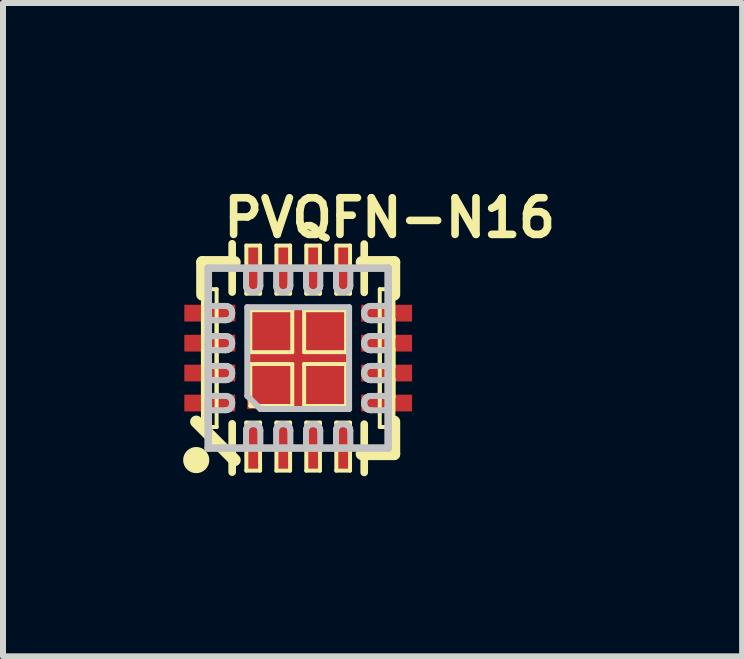
<source format=kicad_pcb>
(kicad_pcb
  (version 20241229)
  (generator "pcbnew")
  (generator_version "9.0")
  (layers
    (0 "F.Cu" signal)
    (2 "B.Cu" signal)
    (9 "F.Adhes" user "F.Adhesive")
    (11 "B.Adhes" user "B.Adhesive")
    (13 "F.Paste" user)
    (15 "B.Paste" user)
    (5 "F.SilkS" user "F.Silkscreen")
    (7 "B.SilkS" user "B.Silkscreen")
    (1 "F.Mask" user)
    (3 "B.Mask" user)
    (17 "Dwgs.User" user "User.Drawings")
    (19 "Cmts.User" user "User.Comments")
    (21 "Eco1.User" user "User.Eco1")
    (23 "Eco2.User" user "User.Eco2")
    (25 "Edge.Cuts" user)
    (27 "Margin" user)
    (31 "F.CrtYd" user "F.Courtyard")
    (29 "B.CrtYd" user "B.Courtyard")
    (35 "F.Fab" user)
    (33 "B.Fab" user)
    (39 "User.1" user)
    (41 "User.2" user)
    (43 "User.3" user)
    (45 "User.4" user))
  (footprint "PVQFN-N16"
    (layer "F.Cu")
    (at 1.918 2.916)
    (property "Reference" "PVQFN-N16" (at 1.524 -2.337 0) (layer "F.SilkS") (effects (font (size 0.61 0.61) (thickness 0.127))))
    (attr smd)
    (fp_line (start -1.699 1.059) (end -1.059 1.699) (stroke (width 0.203) (type solid)) (layer "F.SilkS"))
    (fp_line (start -1.598 -1.059) (end -1.598 -1.598) (stroke (width 0.203) (type solid)) (layer "F.SilkS"))
    (fp_line (start -1.587 -1.148) (end -1.359 -1.148) (stroke (width 0.066) (type solid)) (layer "F.SilkS"))
    (fp_line (start -1.587 -0.648) (end -1.359 -0.648) (stroke (width 0.066) (type solid)) (layer "F.SilkS"))
    (fp_line (start -1.587 -0.348) (end -1.587 -1.148) (stroke (width 0.066) (type solid)) (layer "F.SilkS"))
    (fp_line (start -1.587 -0.348) (end -1.359 -0.348) (stroke (width 0.066) (type solid)) (layer "F.SilkS"))
    (fp_line (start -1.587 -0.15) (end -1.359 -0.15) (stroke (width 0.066) (type solid)) (layer "F.SilkS"))
    (fp_line (start -1.587 0.15) (end -1.587 -0.648) (stroke (width 0.066) (type solid)) (layer "F.SilkS"))
    (fp_line (start -1.587 0.15) (end -1.359 0.15) (stroke (width 0.066) (type solid)) (layer "F.SilkS"))
    (fp_line (start -1.587 0.348) (end -1.359 0.348) (stroke (width 0.066) (type solid)) (layer "F.SilkS"))
    (fp_line (start -1.587 0.648) (end -1.587 -0.15) (stroke (width 0.066) (type solid)) (layer "F.SilkS"))
    (fp_line (start -1.587 0.648) (end -1.359 0.648) (stroke (width 0.066) (type solid)) (layer "F.SilkS"))
    (fp_line (start -1.587 1.148) (end -1.587 0.348) (stroke (width 0.066) (type solid)) (layer "F.SilkS"))
    (fp_line (start -1.587 1.148) (end -1.359 1.148) (stroke (width 0.066) (type solid)) (layer "F.SilkS"))
    (fp_line (start -1.359 -0.348) (end -1.359 -1.148) (stroke (width 0.066) (type solid)) (layer "F.SilkS"))
    (fp_line (start -1.359 0.15) (end -1.359 -0.648) (stroke (width 0.066) (type solid)) (layer "F.SilkS"))
    (fp_line (start -1.359 0.648) (end -1.359 -0.15) (stroke (width 0.066) (type solid)) (layer "F.SilkS"))
    (fp_line (start -1.359 1.148) (end -1.359 0.348) (stroke (width 0.066) (type solid)) (layer "F.SilkS"))
    (fp_line (start -1.1 -1.905) (end -1.1 -1.1) (stroke (width 0.127) (type solid)) (layer "F.SilkS"))
    (fp_line (start -1.1 1.095) (end -1.1 1.9) (stroke (width 0.127) (type solid)) (layer "F.SilkS"))
    (fp_line (start -1.059 -1.598) (end -1.598 -1.598) (stroke (width 0.203) (type solid)) (layer "F.SilkS"))
    (fp_line (start -0.864 -1.875) (end -0.635 -1.875) (stroke (width 0.066) (type solid)) (layer "F.SilkS"))
    (fp_line (start -0.864 -1.074) (end -0.864 -1.875) (stroke (width 0.066) (type solid)) (layer "F.SilkS"))
    (fp_line (start -0.864 -1.074) (end -0.635 -1.074) (stroke (width 0.066) (type solid)) (layer "F.SilkS"))
    (fp_line (start -0.864 1.074) (end -0.635 1.074) (stroke (width 0.066) (type solid)) (layer "F.SilkS"))
    (fp_line (start -0.864 1.875) (end -0.864 1.074) (stroke (width 0.066) (type solid)) (layer "F.SilkS"))
    (fp_line (start -0.864 1.875) (end -0.635 1.875) (stroke (width 0.066) (type solid)) (layer "F.SilkS"))
    (fp_line (start -0.798 -0.798) (end -0.099 -0.798) (stroke (width 0.066) (type solid)) (layer "F.SilkS"))
    (fp_line (start -0.798 -0.099) (end -0.798 -0.798) (stroke (width 0.066) (type solid)) (layer "F.SilkS"))
    (fp_line (start -0.798 -0.099) (end -0.099 -0.099) (stroke (width 0.066) (type solid)) (layer "F.SilkS"))
    (fp_line (start -0.798 0.099) (end -0.099 0.099) (stroke (width 0.066) (type solid)) (layer "F.SilkS"))
    (fp_line (start -0.798 0.798) (end -0.798 0.099) (stroke (width 0.066) (type solid)) (layer "F.SilkS"))
    (fp_line (start -0.798 0.798) (end -0.099 0.798) (stroke (width 0.066) (type solid)) (layer "F.SilkS"))
    (fp_line (start -0.635 -1.074) (end -0.635 -1.875) (stroke (width 0.066) (type solid)) (layer "F.SilkS"))
    (fp_line (start -0.635 1.875) (end -0.635 1.074) (stroke (width 0.066) (type solid)) (layer "F.SilkS"))
    (fp_line (start -0.363 -1.875) (end -0.135 -1.875) (stroke (width 0.066) (type solid)) (layer "F.SilkS"))
    (fp_line (start -0.363 -1.074) (end -0.363 -1.875) (stroke (width 0.066) (type solid)) (layer "F.SilkS"))
    (fp_line (start -0.363 -1.074) (end -0.135 -1.074) (stroke (width 0.066) (type solid)) (layer "F.SilkS"))
    (fp_line (start -0.363 1.074) (end -0.135 1.074) (stroke (width 0.066) (type solid)) (layer "F.SilkS"))
    (fp_line (start -0.363 1.875) (end -0.363 1.074) (stroke (width 0.066) (type solid)) (layer "F.SilkS"))
    (fp_line (start -0.363 1.875) (end -0.135 1.875) (stroke (width 0.066) (type solid)) (layer "F.SilkS"))
    (fp_line (start -0.135 -1.074) (end -0.135 -1.875) (stroke (width 0.066) (type solid)) (layer "F.SilkS"))
    (fp_line (start -0.135 1.875) (end -0.135 1.074) (stroke (width 0.066) (type solid)) (layer "F.SilkS"))
    (fp_line (start -0.099 -0.099) (end -0.099 -0.798) (stroke (width 0.066) (type solid)) (layer "F.SilkS"))
    (fp_line (start -0.099 0.798) (end -0.099 0.099) (stroke (width 0.066) (type solid)) (layer "F.SilkS"))
    (fp_line (start 0.099 -0.798) (end 0.798 -0.798) (stroke (width 0.066) (type solid)) (layer "F.SilkS"))
    (fp_line (start 0.099 -0.099) (end 0.099 -0.798) (stroke (width 0.066) (type solid)) (layer "F.SilkS"))
    (fp_line (start 0.099 -0.099) (end 0.798 -0.099) (stroke (width 0.066) (type solid)) (layer "F.SilkS"))
    (fp_line (start 0.099 0.099) (end 0.798 0.099) (stroke (width 0.066) (type solid)) (layer "F.SilkS"))
    (fp_line (start 0.099 0.798) (end 0.099 0.099) (stroke (width 0.066) (type solid)) (layer "F.SilkS"))
    (fp_line (start 0.099 0.798) (end 0.798 0.798) (stroke (width 0.066) (type solid)) (layer "F.SilkS"))
    (fp_line (start 0.135 -1.875) (end 0.363 -1.875) (stroke (width 0.066) (type solid)) (layer "F.SilkS"))
    (fp_line (start 0.135 -1.074) (end 0.135 -1.875) (stroke (width 0.066) (type solid)) (layer "F.SilkS"))
    (fp_line (start 0.135 -1.074) (end 0.363 -1.074) (stroke (width 0.066) (type solid)) (layer "F.SilkS"))
    (fp_line (start 0.135 1.074) (end 0.363 1.074) (stroke (width 0.066) (type solid)) (layer "F.SilkS"))
    (fp_line (start 0.135 1.875) (end 0.135 1.074) (stroke (width 0.066) (type solid)) (layer "F.SilkS"))
    (fp_line (start 0.135 1.875) (end 0.363 1.875) (stroke (width 0.066) (type solid)) (layer "F.SilkS"))
    (fp_line (start 0.363 -1.074) (end 0.363 -1.875) (stroke (width 0.066) (type solid)) (layer "F.SilkS"))
    (fp_line (start 0.363 1.875) (end 0.363 1.074) (stroke (width 0.066) (type solid)) (layer "F.SilkS"))
    (fp_line (start 0.635 -1.875) (end 0.864 -1.875) (stroke (width 0.066) (type solid)) (layer "F.SilkS"))
    (fp_line (start 0.635 -1.074) (end 0.635 -1.875) (stroke (width 0.066) (type solid)) (layer "F.SilkS"))
    (fp_line (start 0.635 -1.074) (end 0.864 -1.074) (stroke (width 0.066) (type solid)) (layer "F.SilkS"))
    (fp_line (start 0.635 1.074) (end 0.864 1.074) (stroke (width 0.066) (type solid)) (layer "F.SilkS"))
    (fp_line (start 0.635 1.875) (end 0.635 1.074) (stroke (width 0.066) (type solid)) (layer "F.SilkS"))
    (fp_line (start 0.635 1.875) (end 0.864 1.875) (stroke (width 0.066) (type solid)) (layer "F.SilkS"))
    (fp_line (start 0.798 -0.099) (end 0.798 -0.798) (stroke (width 0.066) (type solid)) (layer "F.SilkS"))
    (fp_line (start 0.798 0.798) (end 0.798 0.099) (stroke (width 0.066) (type solid)) (layer "F.SilkS"))
    (fp_line (start 0.864 -1.074) (end 0.864 -1.875) (stroke (width 0.066) (type solid)) (layer "F.SilkS"))
    (fp_line (start 0.864 1.875) (end 0.864 1.074) (stroke (width 0.066) (type solid)) (layer "F.SilkS"))
    (fp_line (start 1.059 -1.598) (end 1.598 -1.598) (stroke (width 0.203) (type solid)) (layer "F.SilkS"))
    (fp_line (start 1.059 1.598) (end 1.598 1.598) (stroke (width 0.203) (type solid)) (layer "F.SilkS"))
    (fp_line (start 1.1 -1.095) (end 1.1 -1.9) (stroke (width 0.127) (type solid)) (layer "F.SilkS"))
    (fp_line (start 1.1 1.905) (end 1.1 1.1) (stroke (width 0.127) (type solid)) (layer "F.SilkS"))
    (fp_line (start 1.359 -1.148) (end 1.587 -1.148) (stroke (width 0.066) (type solid)) (layer "F.SilkS"))
    (fp_line (start 1.359 -0.648) (end 1.587 -0.648) (stroke (width 0.066) (type solid)) (layer "F.SilkS"))
    (fp_line (start 1.359 -0.348) (end 1.359 -1.148) (stroke (width 0.066) (type solid)) (layer "F.SilkS"))
    (fp_line (start 1.359 -0.348) (end 1.587 -0.348) (stroke (width 0.066) (type solid)) (layer "F.SilkS"))
    (fp_line (start 1.359 -0.15) (end 1.587 -0.15) (stroke (width 0.066) (type solid)) (layer "F.SilkS"))
    (fp_line (start 1.359 0.15) (end 1.359 -0.648) (stroke (width 0.066) (type solid)) (layer "F.SilkS"))
    (fp_line (start 1.359 0.15) (end 1.587 0.15) (stroke (width 0.066) (type solid)) (layer "F.SilkS"))
    (fp_line (start 1.359 0.348) (end 1.587 0.348) (stroke (width 0.066) (type solid)) (layer "F.SilkS"))
    (fp_line (start 1.359 0.648) (end 1.359 -0.15) (stroke (width 0.066) (type solid)) (layer "F.SilkS"))
    (fp_line (start 1.359 0.648) (end 1.587 0.648) (stroke (width 0.066) (type solid)) (layer "F.SilkS"))
    (fp_line (start 1.359 1.148) (end 1.359 0.348) (stroke (width 0.066) (type solid)) (layer "F.SilkS"))
    (fp_line (start 1.359 1.148) (end 1.587 1.148) (stroke (width 0.066) (type solid)) (layer "F.SilkS"))
    (fp_line (start 1.587 -0.348) (end 1.587 -1.148) (stroke (width 0.066) (type solid)) (layer "F.SilkS"))
    (fp_line (start 1.587 0.15) (end 1.587 -0.648) (stroke (width 0.066) (type solid)) (layer "F.SilkS"))
    (fp_line (start 1.587 0.648) (end 1.587 -0.15) (stroke (width 0.066) (type solid)) (layer "F.SilkS"))
    (fp_line (start 1.587 1.148) (end 1.587 0.348) (stroke (width 0.066) (type solid)) (layer "F.SilkS"))
    (fp_line (start 1.598 -1.059) (end 1.598 -1.598) (stroke (width 0.203) (type solid)) (layer "F.SilkS"))
    (fp_line (start 1.598 1.059) (end 1.598 1.598) (stroke (width 0.203) (type solid)) (layer "F.SilkS"))
    (fp_circle (center -1.699 1.699) (end -1.699 1.481) (stroke (width 0) (type solid)) (fill yes) (layer "F.SilkS"))
    (fp_line (start -1.499 -1.499) (end -1.499 1.499) (stroke (width 0.127) (type solid)) (layer "Dwgs.User"))
    (fp_line (start -1.499 -0.869) (end -1.499 -0.63) (stroke (width 0.1) (type solid)) (layer "Dwgs.User"))
    (fp_line (start -1.499 -0.63) (end -1.209 -0.63) (stroke (width 0.1) (type solid)) (layer "Dwgs.User"))
    (fp_line (start -1.499 -0.368) (end -1.499 -0.13) (stroke (width 0.1) (type solid)) (layer "Dwgs.User"))
    (fp_line (start -1.499 -0.13) (end -1.209 -0.13) (stroke (width 0.1) (type solid)) (layer "Dwgs.User"))
    (fp_line (start -1.499 0.13) (end -1.499 0.368) (stroke (width 0.1) (type solid)) (layer "Dwgs.User"))
    (fp_line (start -1.499 0.368) (end -1.209 0.368) (stroke (width 0.1) (type solid)) (layer "Dwgs.User"))
    (fp_line (start -1.499 0.63) (end -1.499 0.869) (stroke (width 0.1) (type solid)) (layer "Dwgs.User"))
    (fp_line (start -1.499 0.869) (end -1.209 0.869) (stroke (width 0.1) (type solid)) (layer "Dwgs.User"))
    (fp_line (start -1.499 1.499) (end 1.499 1.499) (stroke (width 0.127) (type solid)) (layer "Dwgs.User"))
    (fp_line (start -1.209 -0.869) (end -1.499 -0.869) (stroke (width 0.1) (type solid)) (layer "Dwgs.User"))
    (fp_line (start -1.209 -0.63) (end -1.173 -0.635) (stroke (width 0.1) (type solid)) (layer "Dwgs.User"))
    (fp_line (start -1.209 -0.368) (end -1.499 -0.368) (stroke (width 0.1) (type solid)) (layer "Dwgs.User"))
    (fp_line (start -1.209 -0.13) (end -1.173 -0.135) (stroke (width 0.1) (type solid)) (layer "Dwgs.User"))
    (fp_line (start -1.209 0.13) (end -1.499 0.13) (stroke (width 0.1) (type solid)) (layer "Dwgs.User"))
    (fp_line (start -1.209 0.368) (end -1.173 0.363) (stroke (width 0.1) (type solid)) (layer "Dwgs.User"))
    (fp_line (start -1.209 0.63) (end -1.499 0.63) (stroke (width 0.1) (type solid)) (layer "Dwgs.User"))
    (fp_line (start -1.209 0.869) (end -1.173 0.864) (stroke (width 0.1) (type solid)) (layer "Dwgs.User"))
    (fp_line (start -1.173 -0.864) (end -1.209 -0.869) (stroke (width 0.1) (type solid)) (layer "Dwgs.User"))
    (fp_line (start -1.173 -0.635) (end -1.143 -0.65) (stroke (width 0.1) (type solid)) (layer "Dwgs.User"))
    (fp_line (start -1.173 -0.363) (end -1.209 -0.368) (stroke (width 0.1) (type solid)) (layer "Dwgs.User"))
    (fp_line (start -1.173 -0.135) (end -1.143 -0.15) (stroke (width 0.1) (type solid)) (layer "Dwgs.User"))
    (fp_line (start -1.173 0.135) (end -1.209 0.13) (stroke (width 0.1) (type solid)) (layer "Dwgs.User"))
    (fp_line (start -1.173 0.363) (end -1.143 0.348) (stroke (width 0.1) (type solid)) (layer "Dwgs.User"))
    (fp_line (start -1.173 0.635) (end -1.209 0.63) (stroke (width 0.1) (type solid)) (layer "Dwgs.User"))
    (fp_line (start -1.173 0.864) (end -1.143 0.848) (stroke (width 0.1) (type solid)) (layer "Dwgs.User"))
    (fp_line (start -1.143 -0.848) (end -1.173 -0.864) (stroke (width 0.1) (type solid)) (layer "Dwgs.User"))
    (fp_line (start -1.143 -0.65) (end -1.12 -0.673) (stroke (width 0.1) (type solid)) (layer "Dwgs.User"))
    (fp_line (start -1.143 -0.348) (end -1.173 -0.363) (stroke (width 0.1) (type solid)) (layer "Dwgs.User"))
    (fp_line (start -1.143 -0.15) (end -1.12 -0.175) (stroke (width 0.1) (type solid)) (layer "Dwgs.User"))
    (fp_line (start -1.143 0.15) (end -1.173 0.135) (stroke (width 0.1) (type solid)) (layer "Dwgs.User"))
    (fp_line (start -1.143 0.348) (end -1.12 0.323) (stroke (width 0.1) (type solid)) (layer "Dwgs.User"))
    (fp_line (start -1.143 0.65) (end -1.173 0.635) (stroke (width 0.1) (type solid)) (layer "Dwgs.User"))
    (fp_line (start -1.143 0.848) (end -1.12 0.823) (stroke (width 0.1) (type solid)) (layer "Dwgs.User"))
    (fp_line (start -1.12 -0.823) (end -1.143 -0.848) (stroke (width 0.1) (type solid)) (layer "Dwgs.User"))
    (fp_line (start -1.12 -0.673) (end -1.105 -0.704) (stroke (width 0.1) (type solid)) (layer "Dwgs.User"))
    (fp_line (start -1.12 -0.323) (end -1.143 -0.348) (stroke (width 0.1) (type solid)) (layer "Dwgs.User"))
    (fp_line (start -1.12 -0.175) (end -1.105 -0.206) (stroke (width 0.1) (type solid)) (layer "Dwgs.User"))
    (fp_line (start -1.12 0.175) (end -1.143 0.15) (stroke (width 0.1) (type solid)) (layer "Dwgs.User"))
    (fp_line (start -1.12 0.323) (end -1.105 0.292) (stroke (width 0.1) (type solid)) (layer "Dwgs.User"))
    (fp_line (start -1.12 0.673) (end -1.143 0.65) (stroke (width 0.1) (type solid)) (layer "Dwgs.User"))
    (fp_line (start -1.12 0.823) (end -1.105 0.792) (stroke (width 0.1) (type solid)) (layer "Dwgs.User"))
    (fp_line (start -1.105 -0.792) (end -1.12 -0.823) (stroke (width 0.1) (type solid)) (layer "Dwgs.User"))
    (fp_line (start -1.105 -0.704) (end -1.1 -0.739) (stroke (width 0.1) (type solid)) (layer "Dwgs.User"))
    (fp_line (start -1.105 -0.292) (end -1.12 -0.323) (stroke (width 0.1) (type solid)) (layer "Dwgs.User"))
    (fp_line (start -1.105 -0.206) (end -1.1 -0.239) (stroke (width 0.1) (type solid)) (layer "Dwgs.User"))
    (fp_line (start -1.105 0.206) (end -1.12 0.175) (stroke (width 0.1) (type solid)) (layer "Dwgs.User"))
    (fp_line (start -1.105 0.292) (end -1.1 0.259) (stroke (width 0.1) (type solid)) (layer "Dwgs.User"))
    (fp_line (start -1.105 0.704) (end -1.12 0.673) (stroke (width 0.1) (type solid)) (layer "Dwgs.User"))
    (fp_line (start -1.105 0.792) (end -1.1 0.759) (stroke (width 0.1) (type solid)) (layer "Dwgs.User"))
    (fp_line (start -1.1 -0.759) (end -1.105 -0.792) (stroke (width 0.1) (type solid)) (layer "Dwgs.User"))
    (fp_line (start -1.1 -0.739) (end -1.1 -0.759) (stroke (width 0.1) (type solid)) (layer "Dwgs.User"))
    (fp_line (start -1.1 -0.259) (end -1.105 -0.292) (stroke (width 0.1) (type solid)) (layer "Dwgs.User"))
    (fp_line (start -1.1 -0.239) (end -1.1 -0.259) (stroke (width 0.1) (type solid)) (layer "Dwgs.User"))
    (fp_line (start -1.1 0.239) (end -1.105 0.206) (stroke (width 0.1) (type solid)) (layer "Dwgs.User"))
    (fp_line (start -1.1 0.259) (end -1.1 0.239) (stroke (width 0.1) (type solid)) (layer "Dwgs.User"))
    (fp_line (start -1.1 0.739) (end -1.105 0.704) (stroke (width 0.1) (type solid)) (layer "Dwgs.User"))
    (fp_line (start -1.1 0.759) (end -1.1 0.739) (stroke (width 0.1) (type solid)) (layer "Dwgs.User"))
    (fp_line (start -0.869 -1.499) (end -0.869 -1.209) (stroke (width 0.1) (type solid)) (layer "Dwgs.User"))
    (fp_line (start -0.869 -1.209) (end -0.864 -1.173) (stroke (width 0.1) (type solid)) (layer "Dwgs.User"))
    (fp_line (start -0.869 1.209) (end -0.869 1.499) (stroke (width 0.1) (type solid)) (layer "Dwgs.User"))
    (fp_line (start -0.869 1.499) (end -0.63 1.499) (stroke (width 0.1) (type solid)) (layer "Dwgs.User"))
    (fp_line (start -0.864 -1.173) (end -0.848 -1.143) (stroke (width 0.1) (type solid)) (layer "Dwgs.User"))
    (fp_line (start -0.864 1.173) (end -0.869 1.209) (stroke (width 0.1) (type solid)) (layer "Dwgs.User"))
    (fp_line (start -0.848 -1.143) (end -0.823 -1.12) (stroke (width 0.1) (type solid)) (layer "Dwgs.User"))
    (fp_line (start -0.848 -0.848) (end -0.848 0.63) (stroke (width 0.1) (type solid)) (layer "Dwgs.User"))
    (fp_line (start -0.848 0.63) (end -0.63 0.848) (stroke (width 0.1) (type solid)) (layer "Dwgs.User"))
    (fp_line (start -0.848 1.143) (end -0.864 1.173) (stroke (width 0.1) (type solid)) (layer "Dwgs.User"))
    (fp_line (start -0.823 -1.12) (end -0.792 -1.105) (stroke (width 0.1) (type solid)) (layer "Dwgs.User"))
    (fp_line (start -0.823 1.12) (end -0.848 1.143) (stroke (width 0.1) (type solid)) (layer "Dwgs.User"))
    (fp_line (start -0.792 -1.105) (end -0.759 -1.1) (stroke (width 0.1) (type solid)) (layer "Dwgs.User"))
    (fp_line (start -0.792 1.105) (end -0.823 1.12) (stroke (width 0.1) (type solid)) (layer "Dwgs.User"))
    (fp_line (start -0.759 -1.1) (end -0.739 -1.1) (stroke (width 0.1) (type solid)) (layer "Dwgs.User"))
    (fp_line (start -0.759 1.1) (end -0.792 1.105) (stroke (width 0.1) (type solid)) (layer "Dwgs.User"))
    (fp_line (start -0.739 -1.1) (end -0.704 -1.105) (stroke (width 0.1) (type solid)) (layer "Dwgs.User"))
    (fp_line (start -0.739 1.1) (end -0.759 1.1) (stroke (width 0.1) (type solid)) (layer "Dwgs.User"))
    (fp_line (start -0.704 -1.105) (end -0.673 -1.12) (stroke (width 0.1) (type solid)) (layer "Dwgs.User"))
    (fp_line (start -0.704 1.105) (end -0.739 1.1) (stroke (width 0.1) (type solid)) (layer "Dwgs.User"))
    (fp_line (start -0.673 -1.12) (end -0.65 -1.143) (stroke (width 0.1) (type solid)) (layer "Dwgs.User"))
    (fp_line (start -0.673 1.12) (end -0.704 1.105) (stroke (width 0.1) (type solid)) (layer "Dwgs.User"))
    (fp_line (start -0.65 -1.143) (end -0.635 -1.173) (stroke (width 0.1) (type solid)) (layer "Dwgs.User"))
    (fp_line (start -0.65 1.143) (end -0.673 1.12) (stroke (width 0.1) (type solid)) (layer "Dwgs.User"))
    (fp_line (start -0.635 -1.173) (end -0.63 -1.209) (stroke (width 0.1) (type solid)) (layer "Dwgs.User"))
    (fp_line (start -0.635 1.173) (end -0.65 1.143) (stroke (width 0.1) (type solid)) (layer "Dwgs.User"))
    (fp_line (start -0.63 -1.499) (end -0.869 -1.499) (stroke (width 0.1) (type solid)) (layer "Dwgs.User"))
    (fp_line (start -0.63 -1.209) (end -0.63 -1.499) (stroke (width 0.1) (type solid)) (layer "Dwgs.User"))
    (fp_line (start -0.63 0.848) (end 0.848 0.848) (stroke (width 0.1) (type solid)) (layer "Dwgs.User"))
    (fp_line (start -0.63 1.209) (end -0.635 1.173) (stroke (width 0.1) (type solid)) (layer "Dwgs.User"))
    (fp_line (start -0.63 1.499) (end -0.63 1.209) (stroke (width 0.1) (type solid)) (layer "Dwgs.User"))
    (fp_line (start -0.368 -1.499) (end -0.368 -1.209) (stroke (width 0.1) (type solid)) (layer "Dwgs.User"))
    (fp_line (start -0.368 -1.209) (end -0.363 -1.173) (stroke (width 0.1) (type solid)) (layer "Dwgs.User"))
    (fp_line (start -0.368 1.209) (end -0.368 1.499) (stroke (width 0.1) (type solid)) (layer "Dwgs.User"))
    (fp_line (start -0.368 1.499) (end -0.13 1.499) (stroke (width 0.1) (type solid)) (layer "Dwgs.User"))
    (fp_line (start -0.363 -1.173) (end -0.348 -1.143) (stroke (width 0.1) (type solid)) (layer "Dwgs.User"))
    (fp_line (start -0.363 1.173) (end -0.368 1.209) (stroke (width 0.1) (type solid)) (layer "Dwgs.User"))
    (fp_line (start -0.348 -1.143) (end -0.323 -1.12) (stroke (width 0.1) (type solid)) (layer "Dwgs.User"))
    (fp_line (start -0.348 1.143) (end -0.363 1.173) (stroke (width 0.1) (type solid)) (layer "Dwgs.User"))
    (fp_line (start -0.323 -1.12) (end -0.292 -1.105) (stroke (width 0.1) (type solid)) (layer "Dwgs.User"))
    (fp_line (start -0.323 1.12) (end -0.348 1.143) (stroke (width 0.1) (type solid)) (layer "Dwgs.User"))
    (fp_line (start -0.292 -1.105) (end -0.259 -1.1) (stroke (width 0.1) (type solid)) (layer "Dwgs.User"))
    (fp_line (start -0.292 1.105) (end -0.323 1.12) (stroke (width 0.1) (type solid)) (layer "Dwgs.User"))
    (fp_line (start -0.259 -1.1) (end -0.239 -1.1) (stroke (width 0.1) (type solid)) (layer "Dwgs.User"))
    (fp_line (start -0.259 1.1) (end -0.292 1.105) (stroke (width 0.1) (type solid)) (layer "Dwgs.User"))
    (fp_line (start -0.239 -1.1) (end -0.206 -1.105) (stroke (width 0.1) (type solid)) (layer "Dwgs.User"))
    (fp_line (start -0.239 1.1) (end -0.259 1.1) (stroke (width 0.1) (type solid)) (layer "Dwgs.User"))
    (fp_line (start -0.206 -1.105) (end -0.175 -1.12) (stroke (width 0.1) (type solid)) (layer "Dwgs.User"))
    (fp_line (start -0.206 1.105) (end -0.239 1.1) (stroke (width 0.1) (type solid)) (layer "Dwgs.User"))
    (fp_line (start -0.175 -1.12) (end -0.15 -1.143) (stroke (width 0.1) (type solid)) (layer "Dwgs.User"))
    (fp_line (start -0.175 1.12) (end -0.206 1.105) (stroke (width 0.1) (type solid)) (layer "Dwgs.User"))
    (fp_line (start -0.15 -1.143) (end -0.135 -1.173) (stroke (width 0.1) (type solid)) (layer "Dwgs.User"))
    (fp_line (start -0.15 1.143) (end -0.175 1.12) (stroke (width 0.1) (type solid)) (layer "Dwgs.User"))
    (fp_line (start -0.135 -1.173) (end -0.13 -1.209) (stroke (width 0.1) (type solid)) (layer "Dwgs.User"))
    (fp_line (start -0.135 1.173) (end -0.15 1.143) (stroke (width 0.1) (type solid)) (layer "Dwgs.User"))
    (fp_line (start -0.13 -1.499) (end -0.368 -1.499) (stroke (width 0.1) (type solid)) (layer "Dwgs.User"))
    (fp_line (start -0.13 -1.209) (end -0.13 -1.499) (stroke (width 0.1) (type solid)) (layer "Dwgs.User"))
    (fp_line (start -0.13 1.209) (end -0.135 1.173) (stroke (width 0.1) (type solid)) (layer "Dwgs.User"))
    (fp_line (start -0.13 1.499) (end -0.13 1.209) (stroke (width 0.1) (type solid)) (layer "Dwgs.User"))
    (fp_line (start 0.13 -1.499) (end 0.13 -1.209) (stroke (width 0.1) (type solid)) (layer "Dwgs.User"))
    (fp_line (start 0.13 -1.209) (end 0.135 -1.173) (stroke (width 0.1) (type solid)) (layer "Dwgs.User"))
    (fp_line (start 0.13 1.209) (end 0.13 1.499) (stroke (width 0.1) (type solid)) (layer "Dwgs.User"))
    (fp_line (start 0.13 1.499) (end 0.368 1.499) (stroke (width 0.1) (type solid)) (layer "Dwgs.User"))
    (fp_line (start 0.135 -1.173) (end 0.15 -1.143) (stroke (width 0.1) (type solid)) (layer "Dwgs.User"))
    (fp_line (start 0.135 1.173) (end 0.13 1.209) (stroke (width 0.1) (type solid)) (layer "Dwgs.User"))
    (fp_line (start 0.15 -1.143) (end 0.175 -1.12) (stroke (width 0.1) (type solid)) (layer "Dwgs.User"))
    (fp_line (start 0.15 1.143) (end 0.135 1.173) (stroke (width 0.1) (type solid)) (layer "Dwgs.User"))
    (fp_line (start 0.175 -1.12) (end 0.206 -1.105) (stroke (width 0.1) (type solid)) (layer "Dwgs.User"))
    (fp_line (start 0.175 1.12) (end 0.15 1.143) (stroke (width 0.1) (type solid)) (layer "Dwgs.User"))
    (fp_line (start 0.206 -1.105) (end 0.239 -1.1) (stroke (width 0.1) (type solid)) (layer "Dwgs.User"))
    (fp_line (start 0.206 1.105) (end 0.175 1.12) (stroke (width 0.1) (type solid)) (layer "Dwgs.User"))
    (fp_line (start 0.239 -1.1) (end 0.259 -1.1) (stroke (width 0.1) (type solid)) (layer "Dwgs.User"))
    (fp_line (start 0.239 1.1) (end 0.206 1.105) (stroke (width 0.1) (type solid)) (layer "Dwgs.User"))
    (fp_line (start 0.259 -1.1) (end 0.292 -1.105) (stroke (width 0.1) (type solid)) (layer "Dwgs.User"))
    (fp_line (start 0.259 1.1) (end 0.239 1.1) (stroke (width 0.1) (type solid)) (layer "Dwgs.User"))
    (fp_line (start 0.292 -1.105) (end 0.323 -1.12) (stroke (width 0.1) (type solid)) (layer "Dwgs.User"))
    (fp_line (start 0.292 1.105) (end 0.259 1.1) (stroke (width 0.1) (type solid)) (layer "Dwgs.User"))
    (fp_line (start 0.323 -1.12) (end 0.348 -1.143) (stroke (width 0.1) (type solid)) (layer "Dwgs.User"))
    (fp_line (start 0.323 1.12) (end 0.292 1.105) (stroke (width 0.1) (type solid)) (layer "Dwgs.User"))
    (fp_line (start 0.348 -1.143) (end 0.363 -1.173) (stroke (width 0.1) (type solid)) (layer "Dwgs.User"))
    (fp_line (start 0.348 1.143) (end 0.323 1.12) (stroke (width 0.1) (type solid)) (layer "Dwgs.User"))
    (fp_line (start 0.363 -1.173) (end 0.368 -1.209) (stroke (width 0.1) (type solid)) (layer "Dwgs.User"))
    (fp_line (start 0.363 1.173) (end 0.348 1.143) (stroke (width 0.1) (type solid)) (layer "Dwgs.User"))
    (fp_line (start 0.368 -1.499) (end 0.13 -1.499) (stroke (width 0.1) (type solid)) (layer "Dwgs.User"))
    (fp_line (start 0.368 -1.209) (end 0.368 -1.499) (stroke (width 0.1) (type solid)) (layer "Dwgs.User"))
    (fp_line (start 0.368 1.209) (end 0.363 1.173) (stroke (width 0.1) (type solid)) (layer "Dwgs.User"))
    (fp_line (start 0.368 1.499) (end 0.368 1.209) (stroke (width 0.1) (type solid)) (layer "Dwgs.User"))
    (fp_line (start 0.63 -1.499) (end 0.63 -1.209) (stroke (width 0.1) (type solid)) (layer "Dwgs.User"))
    (fp_line (start 0.63 -1.209) (end 0.635 -1.173) (stroke (width 0.1) (type solid)) (layer "Dwgs.User"))
    (fp_line (start 0.63 1.209) (end 0.63 1.499) (stroke (width 0.1) (type solid)) (layer "Dwgs.User"))
    (fp_line (start 0.63 1.499) (end 0.869 1.499) (stroke (width 0.1) (type solid)) (layer "Dwgs.User"))
    (fp_line (start 0.635 -1.173) (end 0.65 -1.143) (stroke (width 0.1) (type solid)) (layer "Dwgs.User"))
    (fp_line (start 0.635 1.173) (end 0.63 1.209) (stroke (width 0.1) (type solid)) (layer "Dwgs.User"))
    (fp_line (start 0.65 -1.143) (end 0.673 -1.12) (stroke (width 0.1) (type solid)) (layer "Dwgs.User"))
    (fp_line (start 0.65 1.143) (end 0.635 1.173) (stroke (width 0.1) (type solid)) (layer "Dwgs.User"))
    (fp_line (start 0.673 -1.12) (end 0.704 -1.105) (stroke (width 0.1) (type solid)) (layer "Dwgs.User"))
    (fp_line (start 0.673 1.12) (end 0.65 1.143) (stroke (width 0.1) (type solid)) (layer "Dwgs.User"))
    (fp_line (start 0.704 -1.105) (end 0.739 -1.1) (stroke (width 0.1) (type solid)) (layer "Dwgs.User"))
    (fp_line (start 0.704 1.105) (end 0.673 1.12) (stroke (width 0.1) (type solid)) (layer "Dwgs.User"))
    (fp_line (start 0.739 -1.1) (end 0.759 -1.1) (stroke (width 0.1) (type solid)) (layer "Dwgs.User"))
    (fp_line (start 0.739 1.1) (end 0.704 1.105) (stroke (width 0.1) (type solid)) (layer "Dwgs.User"))
    (fp_line (start 0.759 -1.1) (end 0.792 -1.105) (stroke (width 0.1) (type solid)) (layer "Dwgs.User"))
    (fp_line (start 0.759 1.1) (end 0.739 1.1) (stroke (width 0.1) (type solid)) (layer "Dwgs.User"))
    (fp_line (start 0.792 -1.105) (end 0.823 -1.12) (stroke (width 0.1) (type solid)) (layer "Dwgs.User"))
    (fp_line (start 0.792 1.105) (end 0.759 1.1) (stroke (width 0.1) (type solid)) (layer "Dwgs.User"))
    (fp_line (start 0.823 -1.12) (end 0.848 -1.143) (stroke (width 0.1) (type solid)) (layer "Dwgs.User"))
    (fp_line (start 0.823 1.12) (end 0.792 1.105) (stroke (width 0.1) (type solid)) (layer "Dwgs.User"))
    (fp_line (start 0.848 -1.143) (end 0.864 -1.173) (stroke (width 0.1) (type solid)) (layer "Dwgs.User"))
    (fp_line (start 0.848 -0.848) (end -0.848 -0.848) (stroke (width 0.1) (type solid)) (layer "Dwgs.User"))
    (fp_line (start 0.848 0.848) (end 0.848 -0.848) (stroke (width 0.1) (type solid)) (layer "Dwgs.User"))
    (fp_line (start 0.848 1.143) (end 0.823 1.12) (stroke (width 0.1) (type solid)) (layer "Dwgs.User"))
    (fp_line (start 0.864 -1.173) (end 0.869 -1.209) (stroke (width 0.1) (type solid)) (layer "Dwgs.User"))
    (fp_line (start 0.864 1.173) (end 0.848 1.143) (stroke (width 0.1) (type solid)) (layer "Dwgs.User"))
    (fp_line (start 0.869 -1.499) (end 0.63 -1.499) (stroke (width 0.1) (type solid)) (layer "Dwgs.User"))
    (fp_line (start 0.869 -1.209) (end 0.869 -1.499) (stroke (width 0.1) (type solid)) (layer "Dwgs.User"))
    (fp_line (start 0.869 1.209) (end 0.864 1.173) (stroke (width 0.1) (type solid)) (layer "Dwgs.User"))
    (fp_line (start 0.869 1.499) (end 0.869 1.209) (stroke (width 0.1) (type solid)) (layer "Dwgs.User"))
    (fp_line (start 1.1 -0.759) (end 1.1 -0.739) (stroke (width 0.1) (type solid)) (layer "Dwgs.User"))
    (fp_line (start 1.1 -0.739) (end 1.105 -0.704) (stroke (width 0.1) (type solid)) (layer "Dwgs.User"))
    (fp_line (start 1.1 -0.259) (end 1.1 -0.239) (stroke (width 0.1) (type solid)) (layer "Dwgs.User"))
    (fp_line (start 1.1 -0.239) (end 1.105 -0.206) (stroke (width 0.1) (type solid)) (layer "Dwgs.User"))
    (fp_line (start 1.1 0.239) (end 1.1 0.259) (stroke (width 0.1) (type solid)) (layer "Dwgs.User"))
    (fp_line (start 1.1 0.259) (end 1.105 0.292) (stroke (width 0.1) (type solid)) (layer "Dwgs.User"))
    (fp_line (start 1.1 0.739) (end 1.1 0.759) (stroke (width 0.1) (type solid)) (layer "Dwgs.User"))
    (fp_line (start 1.1 0.759) (end 1.105 0.792) (stroke (width 0.1) (type solid)) (layer "Dwgs.User"))
    (fp_line (start 1.105 -0.792) (end 1.1 -0.759) (stroke (width 0.1) (type solid)) (layer "Dwgs.User"))
    (fp_line (start 1.105 -0.704) (end 1.12 -0.673) (stroke (width 0.1) (type solid)) (layer "Dwgs.User"))
    (fp_line (start 1.105 -0.292) (end 1.1 -0.259) (stroke (width 0.1) (type solid)) (layer "Dwgs.User"))
    (fp_line (start 1.105 -0.206) (end 1.12 -0.175) (stroke (width 0.1) (type solid)) (layer "Dwgs.User"))
    (fp_line (start 1.105 0.206) (end 1.1 0.239) (stroke (width 0.1) (type solid)) (layer "Dwgs.User"))
    (fp_line (start 1.105 0.292) (end 1.12 0.323) (stroke (width 0.1) (type solid)) (layer "Dwgs.User"))
    (fp_line (start 1.105 0.704) (end 1.1 0.739) (stroke (width 0.1) (type solid)) (layer "Dwgs.User"))
    (fp_line (start 1.105 0.792) (end 1.12 0.823) (stroke (width 0.1) (type solid)) (layer "Dwgs.User"))
    (fp_line (start 1.12 -0.823) (end 1.105 -0.792) (stroke (width 0.1) (type solid)) (layer "Dwgs.User"))
    (fp_line (start 1.12 -0.673) (end 1.143 -0.65) (stroke (width 0.1) (type solid)) (layer "Dwgs.User"))
    (fp_line (start 1.12 -0.323) (end 1.105 -0.292) (stroke (width 0.1) (type solid)) (layer "Dwgs.User"))
    (fp_line (start 1.12 -0.175) (end 1.143 -0.15) (stroke (width 0.1) (type solid)) (layer "Dwgs.User"))
    (fp_line (start 1.12 0.175) (end 1.105 0.206) (stroke (width 0.1) (type solid)) (layer "Dwgs.User"))
    (fp_line (start 1.12 0.323) (end 1.143 0.348) (stroke (width 0.1) (type solid)) (layer "Dwgs.User"))
    (fp_line (start 1.12 0.673) (end 1.105 0.704) (stroke (width 0.1) (type solid)) (layer "Dwgs.User"))
    (fp_line (start 1.12 0.823) (end 1.143 0.848) (stroke (width 0.1) (type solid)) (layer "Dwgs.User"))
    (fp_line (start 1.143 -0.848) (end 1.12 -0.823) (stroke (width 0.1) (type solid)) (layer "Dwgs.User"))
    (fp_line (start 1.143 -0.65) (end 1.173 -0.635) (stroke (width 0.1) (type solid)) (layer "Dwgs.User"))
    (fp_line (start 1.143 -0.348) (end 1.12 -0.323) (stroke (width 0.1) (type solid)) (layer "Dwgs.User"))
    (fp_line (start 1.143 -0.15) (end 1.173 -0.135) (stroke (width 0.1) (type solid)) (layer "Dwgs.User"))
    (fp_line (start 1.143 0.15) (end 1.12 0.175) (stroke (width 0.1) (type solid)) (layer "Dwgs.User"))
    (fp_line (start 1.143 0.348) (end 1.173 0.363) (stroke (width 0.1) (type solid)) (layer "Dwgs.User"))
    (fp_line (start 1.143 0.65) (end 1.12 0.673) (stroke (width 0.1) (type solid)) (layer "Dwgs.User"))
    (fp_line (start 1.143 0.848) (end 1.173 0.864) (stroke (width 0.1) (type solid)) (layer "Dwgs.User"))
    (fp_line (start 1.173 -0.864) (end 1.143 -0.848) (stroke (width 0.1) (type solid)) (layer "Dwgs.User"))
    (fp_line (start 1.173 -0.635) (end 1.209 -0.63) (stroke (width 0.1) (type solid)) (layer "Dwgs.User"))
    (fp_line (start 1.173 -0.363) (end 1.143 -0.348) (stroke (width 0.1) (type solid)) (layer "Dwgs.User"))
    (fp_line (start 1.173 -0.135) (end 1.209 -0.13) (stroke (width 0.1) (type solid)) (layer "Dwgs.User"))
    (fp_line (start 1.173 0.135) (end 1.143 0.15) (stroke (width 0.1) (type solid)) (layer "Dwgs.User"))
    (fp_line (start 1.173 0.363) (end 1.209 0.368) (stroke (width 0.1) (type solid)) (layer "Dwgs.User"))
    (fp_line (start 1.173 0.635) (end 1.143 0.65) (stroke (width 0.1) (type solid)) (layer "Dwgs.User"))
    (fp_line (start 1.173 0.864) (end 1.209 0.869) (stroke (width 0.1) (type solid)) (layer "Dwgs.User"))
    (fp_line (start 1.209 -0.869) (end 1.173 -0.864) (stroke (width 0.1) (type solid)) (layer "Dwgs.User"))
    (fp_line (start 1.209 -0.63) (end 1.499 -0.63) (stroke (width 0.1) (type solid)) (layer "Dwgs.User"))
    (fp_line (start 1.209 -0.368) (end 1.173 -0.363) (stroke (width 0.1) (type solid)) (layer "Dwgs.User"))
    (fp_line (start 1.209 -0.13) (end 1.499 -0.13) (stroke (width 0.1) (type solid)) (layer "Dwgs.User"))
    (fp_line (start 1.209 0.13) (end 1.173 0.135) (stroke (width 0.1) (type solid)) (layer "Dwgs.User"))
    (fp_line (start 1.209 0.368) (end 1.499 0.368) (stroke (width 0.1) (type solid)) (layer "Dwgs.User"))
    (fp_line (start 1.209 0.63) (end 1.173 0.635) (stroke (width 0.1) (type solid)) (layer "Dwgs.User"))
    (fp_line (start 1.209 0.869) (end 1.499 0.869) (stroke (width 0.1) (type solid)) (layer "Dwgs.User"))
    (fp_line (start 1.499 -1.499) (end -1.499 -1.499) (stroke (width 0.127) (type solid)) (layer "Dwgs.User"))
    (fp_line (start 1.499 -0.869) (end 1.209 -0.869) (stroke (width 0.1) (type solid)) (layer "Dwgs.User"))
    (fp_line (start 1.499 -0.63) (end 1.499 -0.869) (stroke (width 0.1) (type solid)) (layer "Dwgs.User"))
    (fp_line (start 1.499 -0.368) (end 1.209 -0.368) (stroke (width 0.1) (type solid)) (layer "Dwgs.User"))
    (fp_line (start 1.499 -0.13) (end 1.499 -0.368) (stroke (width 0.1) (type solid)) (layer "Dwgs.User"))
    (fp_line (start 1.499 0.13) (end 1.209 0.13) (stroke (width 0.1) (type solid)) (layer "Dwgs.User"))
    (fp_line (start 1.499 0.368) (end 1.499 0.13) (stroke (width 0.1) (type solid)) (layer "Dwgs.User"))
    (fp_line (start 1.499 0.63) (end 1.209 0.63) (stroke (width 0.1) (type solid)) (layer "Dwgs.User"))
    (fp_line (start 1.499 0.869) (end 1.499 0.63) (stroke (width 0.1) (type solid)) (layer "Dwgs.User"))
    (fp_line (start 1.499 1.499) (end 1.499 -1.499) (stroke (width 0.127) (type solid)) (layer "Dwgs.User"))
    (pad "1" smd rect (at -0.749 1.473) (size 0.279 0.848) (layers "F.Cu" "F.Mask" "F.Paste"))
    (pad "2" smd rect (at -0.249 1.473) (size 0.279 0.848) (layers "F.Cu" "F.Mask" "F.Paste"))
    (pad "3" smd rect (at 0.249 1.473) (size 0.279 0.848) (layers "F.Cu" "F.Mask" "F.Paste"))
    (pad "4" smd rect (at 0.749 1.473) (size 0.279 0.848) (layers "F.Cu" "F.Mask" "F.Paste"))
    (pad "5" smd rect (at 1.473 0.749 90) (size 0.279 0.848) (layers "F.Cu" "F.Mask" "F.Paste"))
    (pad "6" smd rect (at 1.473 0.249 90) (size 0.279 0.848) (layers "F.Cu" "F.Mask" "F.Paste"))
    (pad "7" smd rect (at 1.473 -0.249 90) (size 0.279 0.848) (layers "F.Cu" "F.Mask" "F.Paste"))
    (pad "8" smd rect (at 1.473 -0.749 90) (size 0.279 0.848) (layers "F.Cu" "F.Mask" "F.Paste"))
    (pad "9" smd rect (at 0.749 -1.473 180) (size 0.279 0.848) (layers "F.Cu" "F.Mask" "F.Paste"))
    (pad "10" smd rect (at 0.249 -1.473 180) (size 0.279 0.848) (layers "F.Cu" "F.Mask" "F.Paste"))
    (pad "11" smd rect (at -0.249 -1.473 180) (size 0.279 0.848) (layers "F.Cu" "F.Mask" "F.Paste"))
    (pad "12" smd rect (at -0.749 -1.473 180) (size 0.279 0.848) (layers "F.Cu" "F.Mask" "F.Paste"))
    (pad "13" smd rect (at -1.473 -0.749 270) (size 0.279 0.848) (layers "F.Cu" "F.Mask" "F.Paste"))
    (pad "14" smd rect (at -1.473 -0.249 270) (size 0.279 0.848) (layers "F.Cu" "F.Mask" "F.Paste"))
    (pad "15" smd rect (at -1.473 0.249 270) (size 0.279 0.848) (layers "F.Cu" "F.Mask" "F.Paste"))
    (pad "16" smd rect (at -1.473 0.749 270) (size 0.279 0.848) (layers "F.Cu" "F.Mask" "F.Paste"))
    (pad "EP" smd rect (at 0 0) (size 1.699 1.699) (layers "F.Cu" "F.Mask" "F.Paste")))
  (gr_rect
    (start -3 -3)
    (end 9.314 7.885)
    (stroke (width 0.1) (type default))
    (fill no)
    (layer "Edge.Cuts")))
</source>
